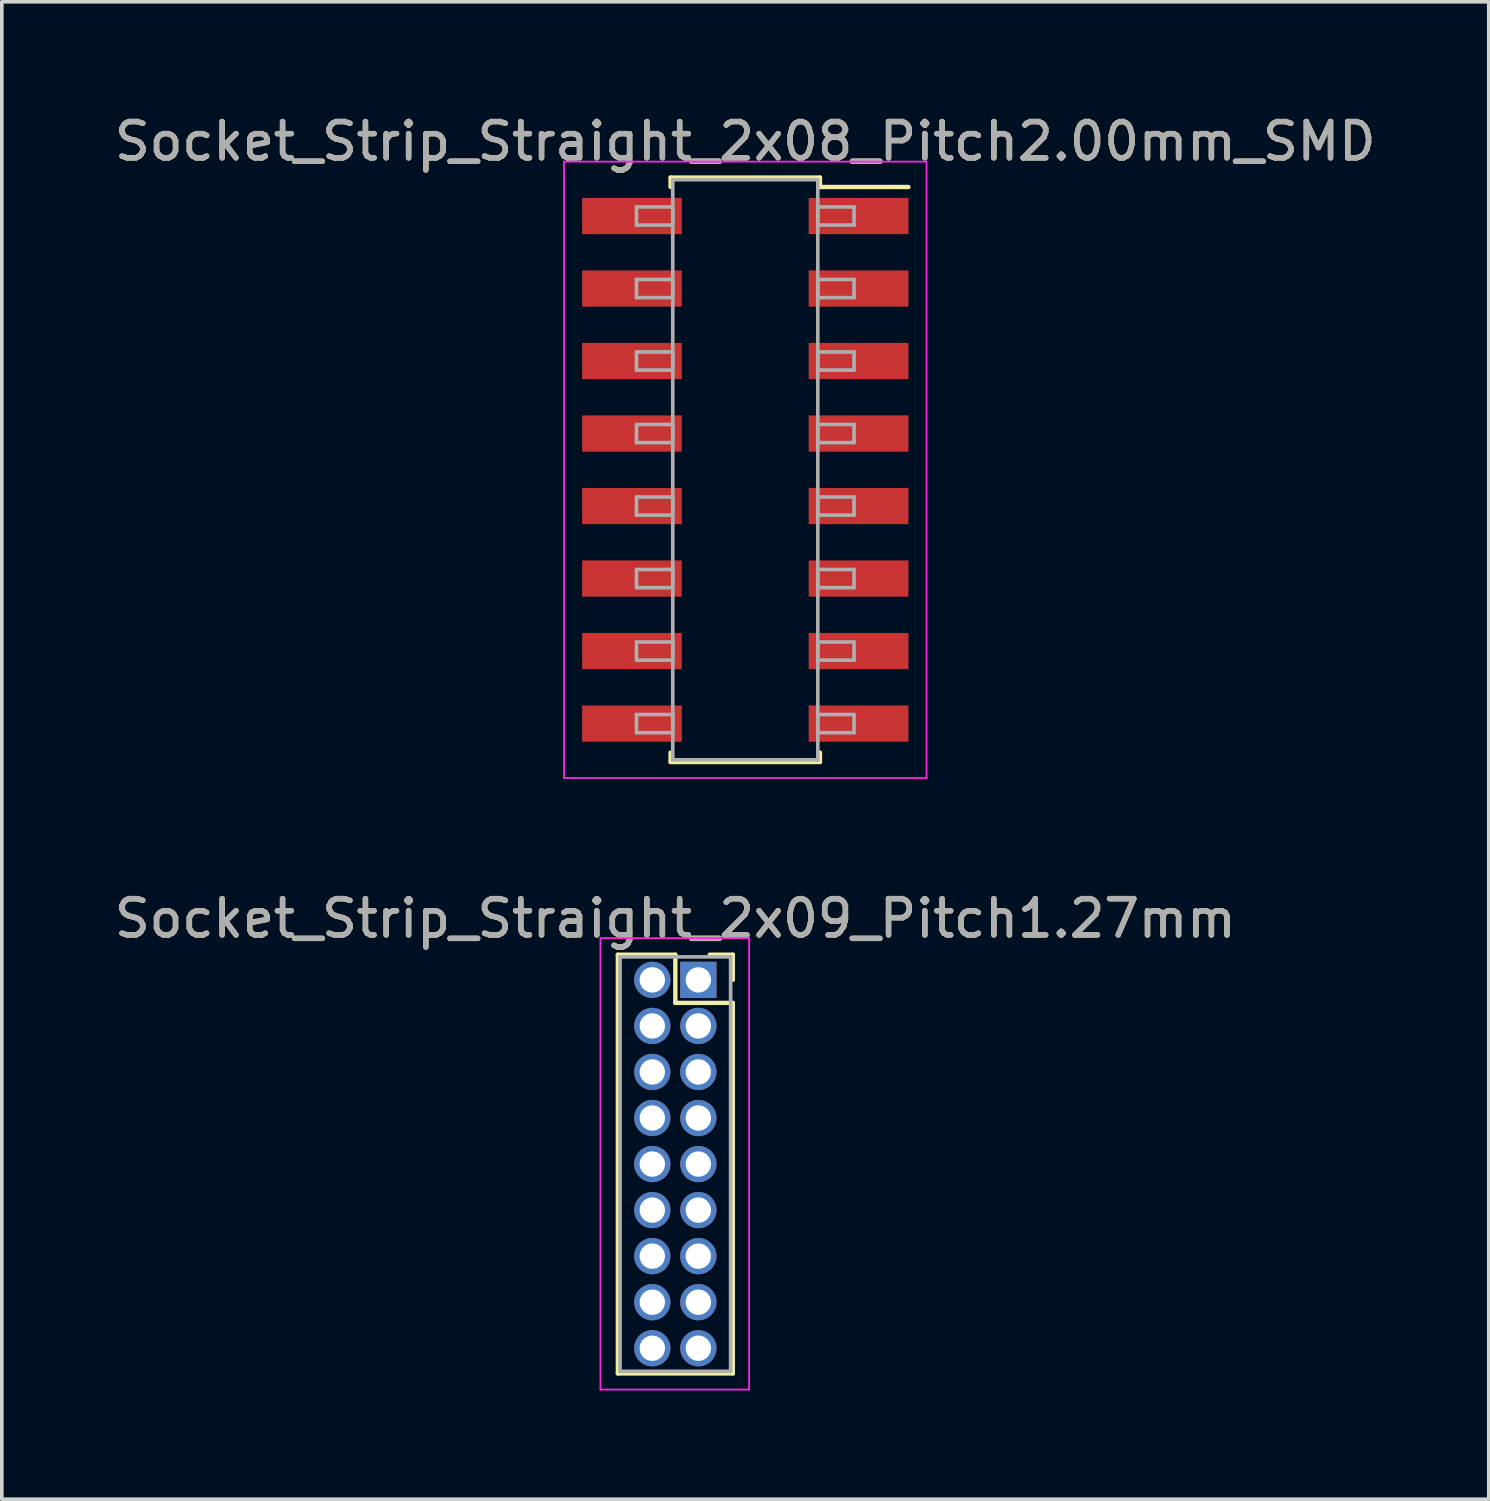
<source format=kicad_pcb>
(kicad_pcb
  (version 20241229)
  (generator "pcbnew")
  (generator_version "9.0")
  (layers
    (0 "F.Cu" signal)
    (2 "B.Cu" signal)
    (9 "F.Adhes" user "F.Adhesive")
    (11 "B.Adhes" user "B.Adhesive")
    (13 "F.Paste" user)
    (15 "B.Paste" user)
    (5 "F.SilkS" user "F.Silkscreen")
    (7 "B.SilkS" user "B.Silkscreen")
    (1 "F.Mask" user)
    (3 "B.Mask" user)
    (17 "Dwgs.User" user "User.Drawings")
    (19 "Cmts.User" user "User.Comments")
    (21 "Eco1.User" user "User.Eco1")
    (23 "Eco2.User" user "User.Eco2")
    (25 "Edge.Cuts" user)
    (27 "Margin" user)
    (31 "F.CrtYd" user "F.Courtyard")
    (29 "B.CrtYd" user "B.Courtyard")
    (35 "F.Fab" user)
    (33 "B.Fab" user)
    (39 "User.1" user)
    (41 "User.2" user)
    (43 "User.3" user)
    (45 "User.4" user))
  (footprint "Socket_Strip_Straight_2x08_Pitch2.00mm_SMD"
    (layer "F.Cu")
    (at 17.506 9.908)
    (property "Reference" "Socket_Strip_Straight_2x08_Pitch2.00mm_SMD" (at 0 -9.06 0) (layer "F.SilkS") (effects (font (size 1 1) (thickness 0.15))))
    (attr smd)
    (fp_line (start -2.06 -8.06) (end 2.06 -8.06) (stroke (width 0.12) (type solid)) (layer "F.SilkS"))
    (fp_line (start -2.06 -7.8) (end -2.06 -8.06) (stroke (width 0.12) (type solid)) (layer "F.SilkS"))
    (fp_line (start -2.06 7.8) (end -2.06 8.06) (stroke (width 0.12) (type solid)) (layer "F.SilkS"))
    (fp_line (start -2.06 8.06) (end 2.06 8.06) (stroke (width 0.12) (type solid)) (layer "F.SilkS"))
    (fp_line (start 2.06 -8.06) (end 2.06 -7.8) (stroke (width 0.12) (type solid)) (layer "F.SilkS"))
    (fp_line (start 2.06 8.06) (end 2.06 7.8) (stroke (width 0.12) (type solid)) (layer "F.SilkS"))
    (fp_line (start 4.5 -7.8) (end 2.06 -7.8) (stroke (width 0.12) (type solid)) (layer "F.SilkS"))
    (fp_line (start -5 -8.5) (end -5 8.5) (stroke (width 0.05) (type solid)) (layer "F.CrtYd"))
    (fp_line (start -5 8.5) (end 5 8.5) (stroke (width 0.05) (type solid)) (layer "F.CrtYd"))
    (fp_line (start 5 -8.5) (end -5 -8.5) (stroke (width 0.05) (type solid)) (layer "F.CrtYd"))
    (fp_line (start 5 8.5) (end 5 -8.5) (stroke (width 0.05) (type solid)) (layer "F.CrtYd"))
    (fp_line (start -3 -7.25) (end -2 -7.25) (stroke (width 0.1) (type solid)) (layer "F.Fab"))
    (fp_line (start -3 -6.75) (end -3 -7.25) (stroke (width 0.1) (type solid)) (layer "F.Fab"))
    (fp_line (start -3 -5.25) (end -2 -5.25) (stroke (width 0.1) (type solid)) (layer "F.Fab"))
    (fp_line (start -3 -4.75) (end -3 -5.25) (stroke (width 0.1) (type solid)) (layer "F.Fab"))
    (fp_line (start -3 -3.25) (end -2 -3.25) (stroke (width 0.1) (type solid)) (layer "F.Fab"))
    (fp_line (start -3 -2.75) (end -3 -3.25) (stroke (width 0.1) (type solid)) (layer "F.Fab"))
    (fp_line (start -3 -1.25) (end -2 -1.25) (stroke (width 0.1) (type solid)) (layer "F.Fab"))
    (fp_line (start -3 -0.75) (end -3 -1.25) (stroke (width 0.1) (type solid)) (layer "F.Fab"))
    (fp_line (start -3 0.75) (end -2 0.75) (stroke (width 0.1) (type solid)) (layer "F.Fab"))
    (fp_line (start -3 1.25) (end -3 0.75) (stroke (width 0.1) (type solid)) (layer "F.Fab"))
    (fp_line (start -3 2.75) (end -2 2.75) (stroke (width 0.1) (type solid)) (layer "F.Fab"))
    (fp_line (start -3 3.25) (end -3 2.75) (stroke (width 0.1) (type solid)) (layer "F.Fab"))
    (fp_line (start -3 4.75) (end -2 4.75) (stroke (width 0.1) (type solid)) (layer "F.Fab"))
    (fp_line (start -3 5.25) (end -3 4.75) (stroke (width 0.1) (type solid)) (layer "F.Fab"))
    (fp_line (start -3 6.75) (end -2 6.75) (stroke (width 0.1) (type solid)) (layer "F.Fab"))
    (fp_line (start -3 7.25) (end -3 6.75) (stroke (width 0.1) (type solid)) (layer "F.Fab"))
    (fp_line (start -2 -8) (end -2 8) (stroke (width 0.1) (type solid)) (layer "F.Fab"))
    (fp_line (start -2 -7.25) (end -2 -6.75) (stroke (width 0.1) (type solid)) (layer "F.Fab"))
    (fp_line (start -2 -6.75) (end -3 -6.75) (stroke (width 0.1) (type solid)) (layer "F.Fab"))
    (fp_line (start -2 -5.25) (end -2 -4.75) (stroke (width 0.1) (type solid)) (layer "F.Fab"))
    (fp_line (start -2 -4.75) (end -3 -4.75) (stroke (width 0.1) (type solid)) (layer "F.Fab"))
    (fp_line (start -2 -3.25) (end -2 -2.75) (stroke (width 0.1) (type solid)) (layer "F.Fab"))
    (fp_line (start -2 -2.75) (end -3 -2.75) (stroke (width 0.1) (type solid)) (layer "F.Fab"))
    (fp_line (start -2 -1.25) (end -2 -0.75) (stroke (width 0.1) (type solid)) (layer "F.Fab"))
    (fp_line (start -2 -0.75) (end -3 -0.75) (stroke (width 0.1) (type solid)) (layer "F.Fab"))
    (fp_line (start -2 0.75) (end -2 1.25) (stroke (width 0.1) (type solid)) (layer "F.Fab"))
    (fp_line (start -2 1.25) (end -3 1.25) (stroke (width 0.1) (type solid)) (layer "F.Fab"))
    (fp_line (start -2 2.75) (end -2 3.25) (stroke (width 0.1) (type solid)) (layer "F.Fab"))
    (fp_line (start -2 3.25) (end -3 3.25) (stroke (width 0.1) (type solid)) (layer "F.Fab"))
    (fp_line (start -2 4.75) (end -2 5.25) (stroke (width 0.1) (type solid)) (layer "F.Fab"))
    (fp_line (start -2 5.25) (end -3 5.25) (stroke (width 0.1) (type solid)) (layer "F.Fab"))
    (fp_line (start -2 6.75) (end -2 7.25) (stroke (width 0.1) (type solid)) (layer "F.Fab"))
    (fp_line (start -2 7.25) (end -3 7.25) (stroke (width 0.1) (type solid)) (layer "F.Fab"))
    (fp_line (start -2 8) (end 2 8) (stroke (width 0.1) (type solid)) (layer "F.Fab"))
    (fp_line (start 2 -8) (end -2 -8) (stroke (width 0.1) (type solid)) (layer "F.Fab"))
    (fp_line (start 2 -7.25) (end 2 -6.75) (stroke (width 0.1) (type solid)) (layer "F.Fab"))
    (fp_line (start 2 -6.75) (end 3 -6.75) (stroke (width 0.1) (type solid)) (layer "F.Fab"))
    (fp_line (start 2 -5.25) (end 2 -4.75) (stroke (width 0.1) (type solid)) (layer "F.Fab"))
    (fp_line (start 2 -4.75) (end 3 -4.75) (stroke (width 0.1) (type solid)) (layer "F.Fab"))
    (fp_line (start 2 -3.25) (end 2 -2.75) (stroke (width 0.1) (type solid)) (layer "F.Fab"))
    (fp_line (start 2 -2.75) (end 3 -2.75) (stroke (width 0.1) (type solid)) (layer "F.Fab"))
    (fp_line (start 2 -1.25) (end 2 -0.75) (stroke (width 0.1) (type solid)) (layer "F.Fab"))
    (fp_line (start 2 -0.75) (end 3 -0.75) (stroke (width 0.1) (type solid)) (layer "F.Fab"))
    (fp_line (start 2 0.75) (end 2 1.25) (stroke (width 0.1) (type solid)) (layer "F.Fab"))
    (fp_line (start 2 1.25) (end 3 1.25) (stroke (width 0.1) (type solid)) (layer "F.Fab"))
    (fp_line (start 2 2.75) (end 2 3.25) (stroke (width 0.1) (type solid)) (layer "F.Fab"))
    (fp_line (start 2 3.25) (end 3 3.25) (stroke (width 0.1) (type solid)) (layer "F.Fab"))
    (fp_line (start 2 4.75) (end 2 5.25) (stroke (width 0.1) (type solid)) (layer "F.Fab"))
    (fp_line (start 2 5.25) (end 3 5.25) (stroke (width 0.1) (type solid)) (layer "F.Fab"))
    (fp_line (start 2 6.75) (end 2 7.25) (stroke (width 0.1) (type solid)) (layer "F.Fab"))
    (fp_line (start 2 7.25) (end 3 7.25) (stroke (width 0.1) (type solid)) (layer "F.Fab"))
    (fp_line (start 2 8) (end 2 -8) (stroke (width 0.1) (type solid)) (layer "F.Fab"))
    (fp_line (start 3 -7.25) (end 2 -7.25) (stroke (width 0.1) (type solid)) (layer "F.Fab"))
    (fp_line (start 3 -6.75) (end 3 -7.25) (stroke (width 0.1) (type solid)) (layer "F.Fab"))
    (fp_line (start 3 -5.25) (end 2 -5.25) (stroke (width 0.1) (type solid)) (layer "F.Fab"))
    (fp_line (start 3 -4.75) (end 3 -5.25) (stroke (width 0.1) (type solid)) (layer "F.Fab"))
    (fp_line (start 3 -3.25) (end 2 -3.25) (stroke (width 0.1) (type solid)) (layer "F.Fab"))
    (fp_line (start 3 -2.75) (end 3 -3.25) (stroke (width 0.1) (type solid)) (layer "F.Fab"))
    (fp_line (start 3 -1.25) (end 2 -1.25) (stroke (width 0.1) (type solid)) (layer "F.Fab"))
    (fp_line (start 3 -0.75) (end 3 -1.25) (stroke (width 0.1) (type solid)) (layer "F.Fab"))
    (fp_line (start 3 0.75) (end 2 0.75) (stroke (width 0.1) (type solid)) (layer "F.Fab"))
    (fp_line (start 3 1.25) (end 3 0.75) (stroke (width 0.1) (type solid)) (layer "F.Fab"))
    (fp_line (start 3 2.75) (end 2 2.75) (stroke (width 0.1) (type solid)) (layer "F.Fab"))
    (fp_line (start 3 3.25) (end 3 2.75) (stroke (width 0.1) (type solid)) (layer "F.Fab"))
    (fp_line (start 3 4.75) (end 2 4.75) (stroke (width 0.1) (type solid)) (layer "F.Fab"))
    (fp_line (start 3 5.25) (end 3 4.75) (stroke (width 0.1) (type solid)) (layer "F.Fab"))
    (fp_line (start 3 6.75) (end 2 6.75) (stroke (width 0.1) (type solid)) (layer "F.Fab"))
    (fp_line (start 3 7.25) (end 3 6.75) (stroke (width 0.1) (type solid)) (layer "F.Fab"))
    (fp_text user "${REFERENCE}" (at 0 -9.06 0) (layer "F.Fab") (effects (font (size 1 1) (thickness 0.15))))
    (pad "1" smd rect (at 3.125 -7) (size 2.75 1) (layers "F.Cu" "F.Mask" "F.Paste"))
    (pad "2" smd rect (at -3.125 -7) (size 2.75 1) (layers "F.Cu" "F.Mask" "F.Paste"))
    (pad "3" smd rect (at 3.125 -5) (size 2.75 1) (layers "F.Cu" "F.Mask" "F.Paste"))
    (pad "4" smd rect (at -3.125 -5) (size 2.75 1) (layers "F.Cu" "F.Mask" "F.Paste"))
    (pad "5" smd rect (at 3.125 -3) (size 2.75 1) (layers "F.Cu" "F.Mask" "F.Paste"))
    (pad "6" smd rect (at -3.125 -3) (size 2.75 1) (layers "F.Cu" "F.Mask" "F.Paste"))
    (pad "7" smd rect (at 3.125 -1) (size 2.75 1) (layers "F.Cu" "F.Mask" "F.Paste"))
    (pad "8" smd rect (at -3.125 -1) (size 2.75 1) (layers "F.Cu" "F.Mask" "F.Paste"))
    (pad "9" smd rect (at 3.125 1) (size 2.75 1) (layers "F.Cu" "F.Mask" "F.Paste"))
    (pad "10" smd rect (at -3.125 1) (size 2.75 1) (layers "F.Cu" "F.Mask" "F.Paste"))
    (pad "11" smd rect (at 3.125 3) (size 2.75 1) (layers "F.Cu" "F.Mask" "F.Paste"))
    (pad "12" smd rect (at -3.125 3) (size 2.75 1) (layers "F.Cu" "F.Mask" "F.Paste"))
    (pad "13" smd rect (at 3.125 5) (size 2.75 1) (layers "F.Cu" "F.Mask" "F.Paste"))
    (pad "14" smd rect (at -3.125 5) (size 2.75 1) (layers "F.Cu" "F.Mask" "F.Paste"))
    (pad "15" smd rect (at 3.125 7) (size 2.75 1) (layers "F.Cu" "F.Mask" "F.Paste"))
    (pad "16" smd rect (at -3.125 7) (size 2.75 1) (layers "F.Cu" "F.Mask" "F.Paste")))
  (footprint "Socket_Strip_Straight_2x09_Pitch1.27mm"
    (layer "F.Cu")
    (at 16.212 23.977)
    (property "Reference" "Socket_Strip_Straight_2x09_Pitch1.27mm" (at -0.635 -1.695 0) (layer "F.SilkS") (effects (font (size 1 1) (thickness 0.15))))
    (attr through_hole)
    (fp_line (start -2.22 -0.695) (end -0.635 -0.695) (stroke (width 0.12) (type solid)) (layer "F.SilkS"))
    (fp_line (start -2.22 10.855) (end -2.22 -0.695) (stroke (width 0.12) (type solid)) (layer "F.SilkS"))
    (fp_line (start -0.635 -0.695) (end -0.635 0.635) (stroke (width 0.12) (type solid)) (layer "F.SilkS"))
    (fp_line (start -0.635 0.635) (end 0.95 0.635) (stroke (width 0.12) (type solid)) (layer "F.SilkS"))
    (fp_line (start 0.95 -0.695) (end 0.315 -0.695) (stroke (width 0.12) (type solid)) (layer "F.SilkS"))
    (fp_line (start 0.95 0) (end 0.95 -0.695) (stroke (width 0.12) (type solid)) (layer "F.SilkS"))
    (fp_line (start 0.95 0.635) (end 0.95 10.855) (stroke (width 0.12) (type solid)) (layer "F.SilkS"))
    (fp_line (start 0.95 10.855) (end -2.22 10.855) (stroke (width 0.12) (type solid)) (layer "F.SilkS"))
    (fp_line (start -2.7 -1.15) (end -2.7 11.3) (stroke (width 0.05) (type solid)) (layer "F.CrtYd"))
    (fp_line (start -2.7 11.3) (end 1.4 11.3) (stroke (width 0.05) (type solid)) (layer "F.CrtYd"))
    (fp_line (start 1.4 -1.15) (end -2.7 -1.15) (stroke (width 0.05) (type solid)) (layer "F.CrtYd"))
    (fp_line (start 1.4 11.3) (end 1.4 -1.15) (stroke (width 0.05) (type solid)) (layer "F.CrtYd"))
    (fp_line (start -2.16 -0.635) (end -2.16 10.795) (stroke (width 0.1) (type solid)) (layer "F.Fab"))
    (fp_line (start -2.16 10.795) (end 0.89 10.795) (stroke (width 0.1) (type solid)) (layer "F.Fab"))
    (fp_line (start 0.89 -0.635) (end -2.16 -0.635) (stroke (width 0.1) (type solid)) (layer "F.Fab"))
    (fp_line (start 0.89 10.795) (end 0.89 -0.635) (stroke (width 0.1) (type solid)) (layer "F.Fab"))
    (fp_text user "${REFERENCE}" (at -0.635 -1.695 0) (layer "F.Fab") (effects (font (size 1 1) (thickness 0.15))))
    (pad "1" thru_hole rect (at 0 0) (size 1 1) (drill 0.7) (layers "*.Cu" "*.Mask"))
    (pad "2" thru_hole oval (at -1.27 0) (size 1 1) (drill 0.7) (layers "*.Cu" "*.Mask"))
    (pad "3" thru_hole oval (at 0 1.27) (size 1 1) (drill 0.7) (layers "*.Cu" "*.Mask"))
    (pad "4" thru_hole oval (at -1.27 1.27) (size 1 1) (drill 0.7) (layers "*.Cu" "*.Mask"))
    (pad "5" thru_hole oval (at 0 2.54) (size 1 1) (drill 0.7) (layers "*.Cu" "*.Mask"))
    (pad "6" thru_hole oval (at -1.27 2.54) (size 1 1) (drill 0.7) (layers "*.Cu" "*.Mask"))
    (pad "7" thru_hole oval (at 0 3.81) (size 1 1) (drill 0.7) (layers "*.Cu" "*.Mask"))
    (pad "8" thru_hole oval (at -1.27 3.81) (size 1 1) (drill 0.7) (layers "*.Cu" "*.Mask"))
    (pad "9" thru_hole oval (at 0 5.08) (size 1 1) (drill 0.7) (layers "*.Cu" "*.Mask"))
    (pad "10" thru_hole oval (at -1.27 5.08) (size 1 1) (drill 0.7) (layers "*.Cu" "*.Mask"))
    (pad "11" thru_hole oval (at 0 6.35) (size 1 1) (drill 0.7) (layers "*.Cu" "*.Mask"))
    (pad "12" thru_hole oval (at -1.27 6.35) (size 1 1) (drill 0.7) (layers "*.Cu" "*.Mask"))
    (pad "13" thru_hole oval (at 0 7.62) (size 1 1) (drill 0.7) (layers "*.Cu" "*.Mask"))
    (pad "14" thru_hole oval (at -1.27 7.62) (size 1 1) (drill 0.7) (layers "*.Cu" "*.Mask"))
    (pad "15" thru_hole oval (at 0 8.89) (size 1 1) (drill 0.7) (layers "*.Cu" "*.Mask"))
    (pad "16" thru_hole oval (at -1.27 8.89) (size 1 1) (drill 0.7) (layers "*.Cu" "*.Mask"))
    (pad "17" thru_hole oval (at 0 10.16) (size 1 1) (drill 0.7) (layers "*.Cu" "*.Mask"))
    (pad "18" thru_hole oval (at -1.27 10.16) (size 1 1) (drill 0.7) (layers "*.Cu" "*.Mask")))
  (gr_rect
    (start -3 -3)
    (end 38.012 38.301)
    (stroke (width 0.1) (type default))
    (fill no)
    (layer "Edge.Cuts")))
</source>
